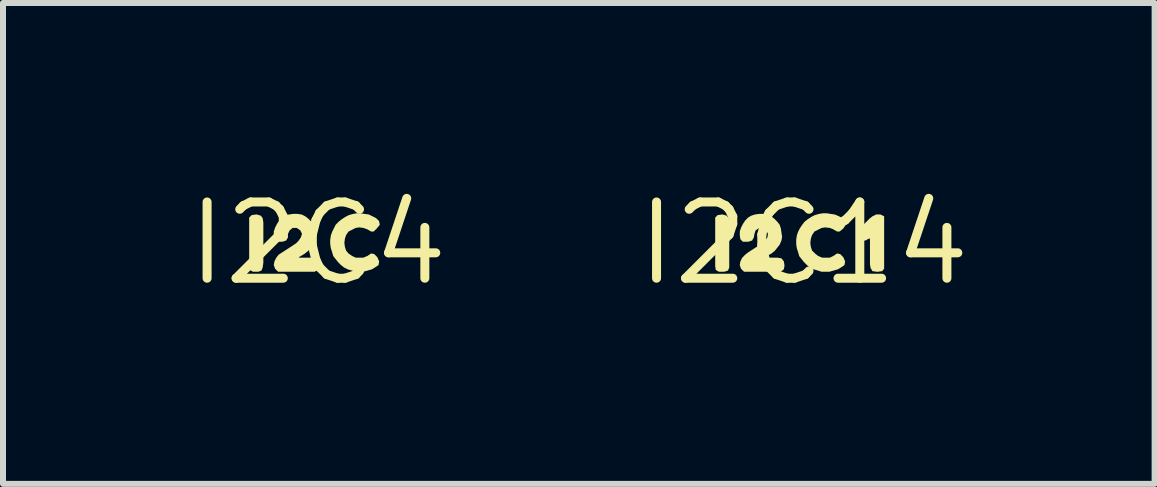
<source format=kicad_pcb>
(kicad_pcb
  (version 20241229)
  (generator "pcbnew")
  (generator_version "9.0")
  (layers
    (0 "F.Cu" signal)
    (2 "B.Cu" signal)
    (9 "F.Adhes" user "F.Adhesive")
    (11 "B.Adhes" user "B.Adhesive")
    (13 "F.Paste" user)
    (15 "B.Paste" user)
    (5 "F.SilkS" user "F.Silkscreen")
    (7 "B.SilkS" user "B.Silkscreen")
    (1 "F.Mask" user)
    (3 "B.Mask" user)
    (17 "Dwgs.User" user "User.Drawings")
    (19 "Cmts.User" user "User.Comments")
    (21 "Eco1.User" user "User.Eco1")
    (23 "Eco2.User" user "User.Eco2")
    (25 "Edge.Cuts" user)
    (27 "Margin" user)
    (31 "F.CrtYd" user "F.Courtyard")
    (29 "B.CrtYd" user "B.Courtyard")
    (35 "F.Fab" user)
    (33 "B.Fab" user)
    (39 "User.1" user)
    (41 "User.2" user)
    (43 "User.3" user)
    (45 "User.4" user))
  (footprint "I2C4"
    (layer "F.Cu")
    (at 2.245 1.006)
    (property "Reference" "I2C4" (at 0 0 0) (layer "F.SilkS") (effects (font (size 1.27 1.27) (thickness 0.15))))
    (fp_poly (pts (xy -0.949 -0.462) (xy -0.918 -0.421) (xy -0.907 -0.35) (xy -0.907 0.32) (xy -0.918 0.401) (xy -0.938 0.452) (xy -0.99 0.472) (xy -1.081 0.472) (xy -1.132 0.442) (xy -1.143 0.38) (xy -1.143 -0.431) (xy -1.101 -0.472) (xy -1.02 -0.483)) (stroke (width 0) (type solid)) (fill yes) (layer "F.SilkS"))
    (fp_poly (pts (xy -0.269 -0.482) (xy -0.209 -0.452) (xy -0.158 -0.412) (xy -0.108 -0.362) (xy -0.068 -0.311) (xy -0.048 -0.251) (xy -0.038 -0.18) (xy -0.027 -0.11) (xy -0.048 -0.049) (xy -0.068 0.021) (xy -0.108 0.072) (xy -0.158 0.122) (xy -0.219 0.172) (xy -0.269 0.202) (xy -0.316 0.23) (xy -0.309 0.237) (xy -0.11 0.237) (xy -0.039 0.248) (xy 0.002 0.299) (xy 0.013 0.37) (xy 0.002 0.431) (xy -0.049 0.472) (xy -0.661 0.472) (xy -0.712 0.421) (xy -0.733 0.36) (xy -0.722 0.299) (xy -0.692 0.239) (xy -0.652 0.188) (xy -0.591 0.148) (xy -0.421 0.038) (xy -0.362 -0.002) (xy -0.322 -0.042) (xy -0.282 -0.101) (xy -0.263 -0.16) (xy -0.292 -0.218) (xy -0.351 -0.258) (xy -0.419 -0.258) (xy -0.468 -0.218) (xy -0.497 -0.159) (xy -0.497 -0.099) (xy -0.528 -0.048) (xy -0.59 -0.028) (xy -0.681 -0.028) (xy -0.722 -0.069) (xy -0.733 -0.13) (xy -0.733 -0.2) (xy -0.712 -0.261) (xy -0.682 -0.321) (xy -0.642 -0.382) (xy -0.592 -0.432) (xy -0.541 -0.462) (xy -0.481 -0.482) (xy -0.41 -0.492) (xy -0.34 -0.492)) (stroke (width 0) (type solid)) (fill yes) (layer "F.SilkS"))
    (fp_poly (pts (xy 0.78 -0.492) (xy 0.851 -0.482) (xy 0.971 -0.422) (xy 1.022 -0.371) (xy 1.033 -0.309) (xy 0.982 -0.248) (xy 0.931 -0.198) (xy 0.889 -0.198) (xy 0.819 -0.238) (xy 0.759 -0.258) (xy 0.69 -0.267) (xy 0.631 -0.258) (xy 0.512 -0.198) (xy 0.472 -0.139) (xy 0.452 -0.079) (xy 0.443 -0.01) (xy 0.452 0.059) (xy 0.472 0.119) (xy 0.512 0.168) (xy 0.571 0.208) (xy 0.631 0.237) (xy 0.759 0.237) (xy 0.829 0.208) (xy 0.889 0.167) (xy 0.941 0.178) (xy 0.992 0.229) (xy 1.023 0.3) (xy 1.012 0.361) (xy 0.951 0.402) (xy 0.901 0.432) (xy 0.831 0.452) (xy 0.76 0.472) (xy 0.63 0.472) (xy 0.569 0.452) (xy 0.499 0.432) (xy 0.439 0.402) (xy 0.388 0.362) (xy 0.338 0.312) (xy 0.298 0.262) (xy 0.258 0.211) (xy 0.238 0.141) (xy 0.218 0.081) (xy 0.207 0.01) (xy 0.207 -0.06) (xy 0.218 -0.131) (xy 0.238 -0.191) (xy 0.268 -0.251) (xy 0.298 -0.311) (xy 0.348 -0.362) (xy 0.399 -0.402) (xy 0.459 -0.442) (xy 0.519 -0.472) (xy 0.589 -0.492) (xy 0.65 -0.502) (xy 0.71 -0.502)) (stroke (width 0) (type solid)) (fill yes) (layer "F.SilkS")))
  (footprint "I2C14"
    (layer "F.Cu")
    (at 10.339 1.006)
    (property "Reference" "I2C14" (at 0 0 0) (layer "F.SilkS") (effects (font (size 1.27 1.27) (thickness 0.15))))
    (fp_poly (pts (xy -1.279 -0.462) (xy -1.248 -0.421) (xy -1.238 -0.35) (xy -1.238 0.4) (xy -1.258 0.452) (xy -1.32 0.472) (xy -1.411 0.472) (xy -1.462 0.442) (xy -1.472 0.38) (xy -1.472 -0.431) (xy -1.431 -0.472) (xy -1.35 -0.483)) (stroke (width 0) (type solid)) (fill yes) (layer "F.SilkS"))
    (fp_poly (pts (xy 1.343 -0.452) (xy 1.343 0.421) (xy 1.311 0.462) (xy 1.23 0.473) (xy 1.148 0.462) (xy 1.118 0.411) (xy 1.107 0.35) (xy 1.107 -0.06) (xy 1.099 -0.086) (xy 1.031 -0.048) (xy 0.979 -0.048) (xy 0.918 -0.098) (xy 0.887 -0.16) (xy 0.898 -0.211) (xy 1.098 -0.412) (xy 1.149 -0.452) (xy 1.209 -0.482) (xy 1.281 -0.482)) (stroke (width 0) (type solid)) (fill yes) (layer "F.SilkS"))
    (fp_poly (pts (xy -0.599 -0.482) (xy -0.539 -0.452) (xy -0.488 -0.412) (xy -0.438 -0.362) (xy -0.398 -0.311) (xy -0.378 -0.251) (xy -0.368 -0.18) (xy -0.357 -0.11) (xy -0.368 -0.049) (xy -0.398 0.021) (xy -0.438 0.072) (xy -0.478 0.122) (xy -0.539 0.172) (xy -0.599 0.202) (xy -0.646 0.23) (xy -0.639 0.237) (xy -0.44 0.237) (xy -0.369 0.248) (xy -0.328 0.299) (xy -0.317 0.37) (xy -0.328 0.431) (xy -0.379 0.472) (xy -0.991 0.472) (xy -1.042 0.421) (xy -1.063 0.36) (xy -1.052 0.299) (xy -1.022 0.239) (xy -0.972 0.188) (xy -0.921 0.148) (xy -0.751 0.038) (xy -0.691 -0.002) (xy -0.642 -0.042) (xy -0.602 -0.101) (xy -0.593 -0.16) (xy -0.622 -0.218) (xy -0.671 -0.258) (xy -0.739 -0.258) (xy -0.798 -0.218) (xy -0.818 -0.159) (xy -0.828 -0.099) (xy -0.858 -0.048) (xy -0.92 -0.028) (xy -1.011 -0.028) (xy -1.052 -0.069) (xy -1.062 -0.13) (xy -1.062 -0.2) (xy -1.042 -0.261) (xy -1.012 -0.321) (xy -0.972 -0.382) (xy -0.922 -0.432) (xy -0.871 -0.462) (xy -0.811 -0.482) (xy -0.74 -0.492) (xy -0.66 -0.492)) (stroke (width 0) (type solid)) (fill yes) (layer "F.SilkS"))
    (fp_poly (pts (xy 0.45 -0.492) (xy 0.521 -0.482) (xy 0.591 -0.452) (xy 0.642 -0.422) (xy 0.692 -0.371) (xy 0.703 -0.309) (xy 0.662 -0.248) (xy 0.601 -0.198) (xy 0.559 -0.198) (xy 0.489 -0.238) (xy 0.439 -0.258) (xy 0.36 -0.267) (xy 0.301 -0.258) (xy 0.182 -0.198) (xy 0.142 -0.139) (xy 0.122 -0.079) (xy 0.113 -0.01) (xy 0.122 0.059) (xy 0.142 0.119) (xy 0.192 0.168) (xy 0.241 0.208) (xy 0.311 0.237) (xy 0.439 0.237) (xy 0.499 0.208) (xy 0.559 0.167) (xy 0.611 0.178) (xy 0.662 0.229) (xy 0.693 0.3) (xy 0.682 0.361) (xy 0.621 0.402) (xy 0.571 0.432) (xy 0.501 0.452) (xy 0.43 0.472) (xy 0.3 0.472) (xy 0.239 0.452) (xy 0.169 0.432) (xy 0.109 0.402) (xy 0.058 0.362) (xy 0.008 0.312) (xy -0.032 0.262) (xy -0.072 0.211) (xy -0.092 0.141) (xy -0.112 0.081) (xy -0.122 0.01) (xy -0.122 -0.06) (xy -0.112 -0.131) (xy -0.092 -0.191) (xy -0.062 -0.251) (xy -0.022 -0.311) (xy 0.018 -0.362) (xy 0.069 -0.402) (xy 0.129 -0.442) (xy 0.189 -0.472) (xy 0.259 -0.492) (xy 0.32 -0.502) (xy 0.39 -0.502)) (stroke (width 0) (type solid)) (fill yes) (layer "F.SilkS")))
  (gr_rect
    (start -3 -3)
    (end 16.189 5.012)
    (stroke (width 0.1) (type default))
    (fill no)
    (layer "Edge.Cuts")))
</source>
